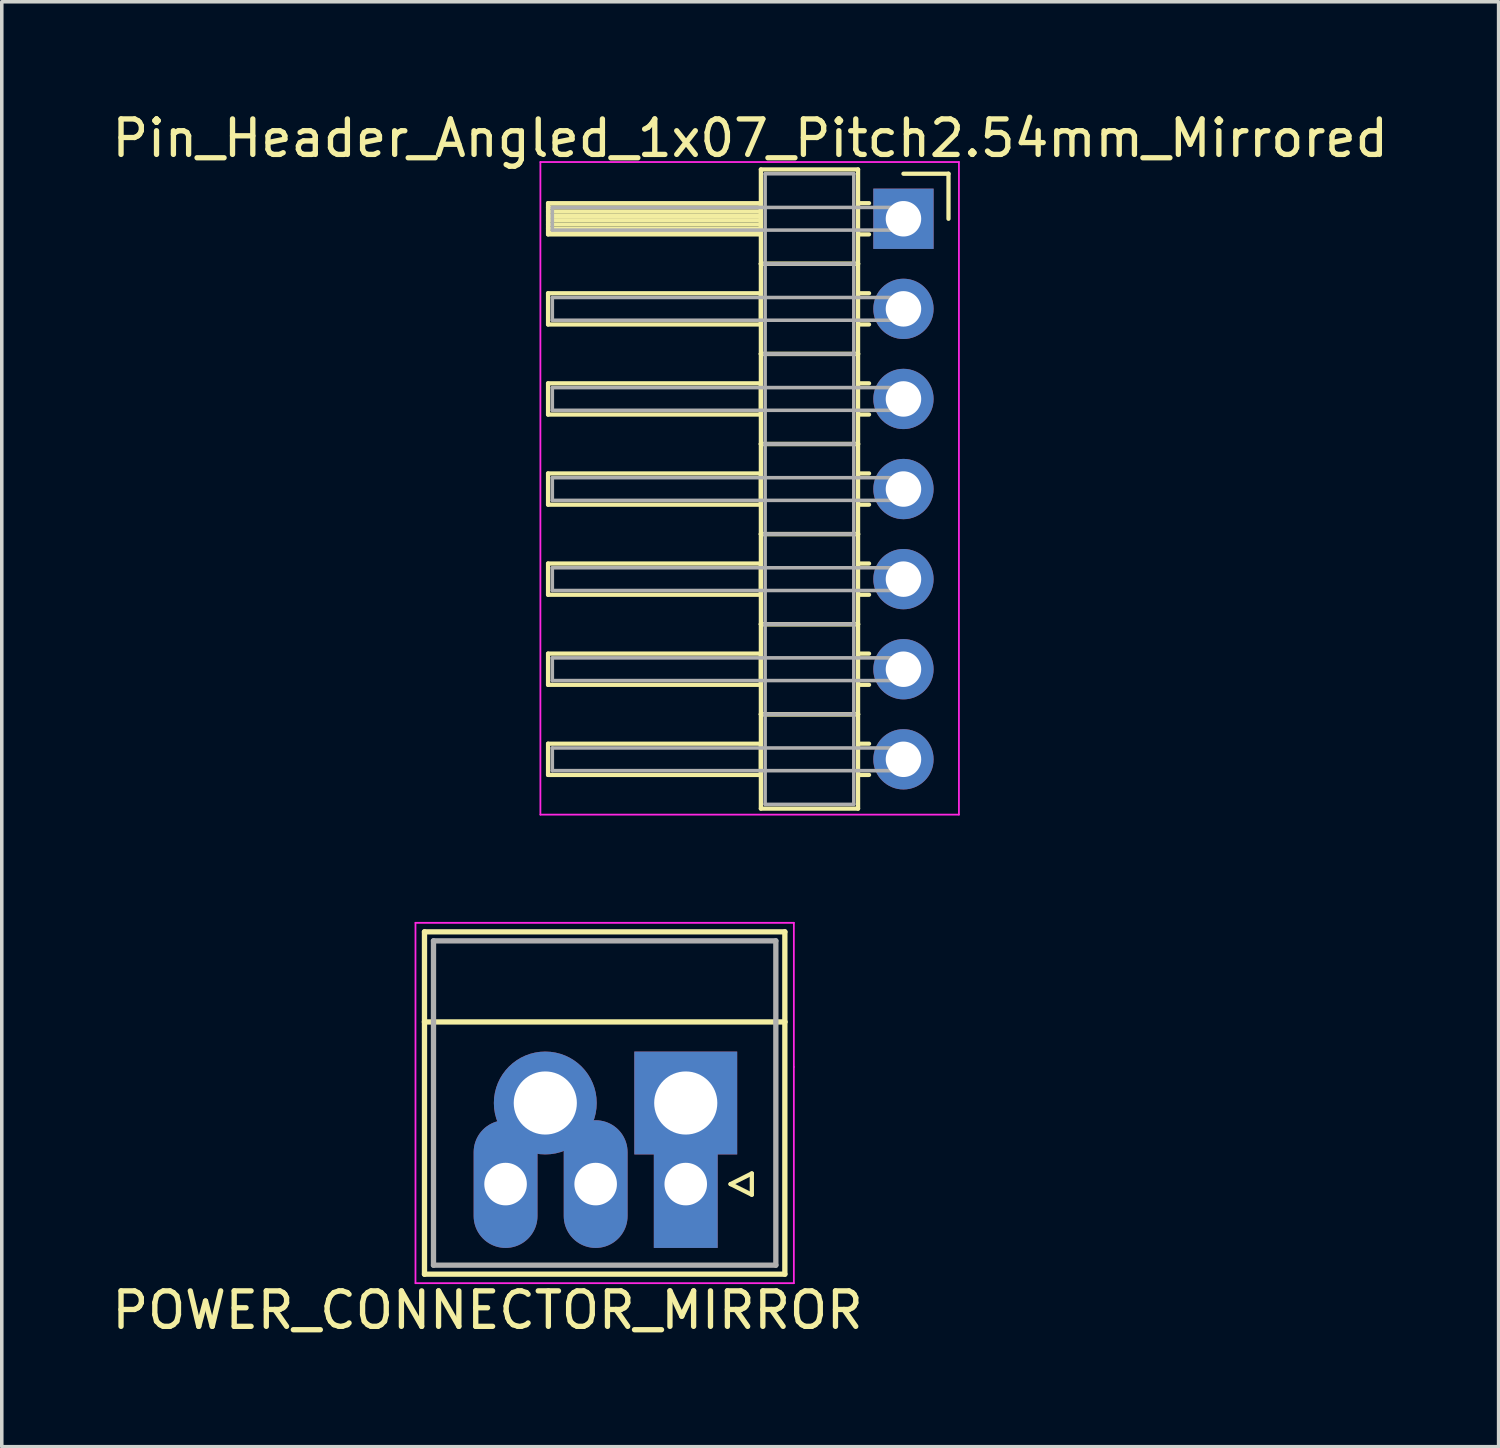
<source format=kicad_pcb>
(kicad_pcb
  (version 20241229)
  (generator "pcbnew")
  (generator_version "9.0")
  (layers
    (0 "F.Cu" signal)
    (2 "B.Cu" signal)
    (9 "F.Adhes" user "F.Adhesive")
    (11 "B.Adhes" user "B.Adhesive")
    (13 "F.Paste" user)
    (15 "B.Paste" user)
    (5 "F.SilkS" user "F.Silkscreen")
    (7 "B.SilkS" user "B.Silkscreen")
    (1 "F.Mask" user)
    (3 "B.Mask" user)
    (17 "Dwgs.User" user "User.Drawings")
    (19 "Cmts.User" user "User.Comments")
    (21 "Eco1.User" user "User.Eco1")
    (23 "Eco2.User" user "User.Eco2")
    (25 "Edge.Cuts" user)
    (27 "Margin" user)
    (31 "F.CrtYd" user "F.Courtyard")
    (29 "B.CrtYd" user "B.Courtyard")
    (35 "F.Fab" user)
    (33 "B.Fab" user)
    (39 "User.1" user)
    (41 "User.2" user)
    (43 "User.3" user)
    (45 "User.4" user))
  (footprint "Pin_Header_Angled_1x07_Pitch2.54mm_Mirrored"
    (layer "F.Cu")
    (at 13.786 3.118)
    (property "Reference" "Pin_Header_Angled_1x07_Pitch2.54mm_Mirrored" (at 4.315 -2.27 0) (layer "F.SilkS") (effects (font (size 1 1) (thickness 0.15))))
    (attr through_hole)
    (fp_line (start -1.384 -0.44) (end 4.616 -0.44) (stroke (width 0.12) (type solid)) (layer "F.SilkS"))
    (fp_line (start -1.384 0.44) (end -1.384 -0.44) (stroke (width 0.12) (type solid)) (layer "F.SilkS"))
    (fp_line (start -1.384 2.1) (end 4.616 2.1) (stroke (width 0.12) (type solid)) (layer "F.SilkS"))
    (fp_line (start -1.384 2.98) (end -1.384 2.1) (stroke (width 0.12) (type solid)) (layer "F.SilkS"))
    (fp_line (start -1.384 4.64) (end 4.616 4.64) (stroke (width 0.12) (type solid)) (layer "F.SilkS"))
    (fp_line (start -1.384 5.52) (end -1.384 4.64) (stroke (width 0.12) (type solid)) (layer "F.SilkS"))
    (fp_line (start -1.384 7.18) (end 4.616 7.18) (stroke (width 0.12) (type solid)) (layer "F.SilkS"))
    (fp_line (start -1.384 8.06) (end -1.384 7.18) (stroke (width 0.12) (type solid)) (layer "F.SilkS"))
    (fp_line (start -1.384 9.72) (end 4.616 9.72) (stroke (width 0.12) (type solid)) (layer "F.SilkS"))
    (fp_line (start -1.384 10.6) (end -1.384 9.72) (stroke (width 0.12) (type solid)) (layer "F.SilkS"))
    (fp_line (start -1.384 12.26) (end 4.616 12.26) (stroke (width 0.12) (type solid)) (layer "F.SilkS"))
    (fp_line (start -1.384 13.14) (end -1.384 12.26) (stroke (width 0.12) (type solid)) (layer "F.SilkS"))
    (fp_line (start -1.384 14.8) (end 4.616 14.8) (stroke (width 0.12) (type solid)) (layer "F.SilkS"))
    (fp_line (start -1.384 15.68) (end -1.384 14.8) (stroke (width 0.12) (type solid)) (layer "F.SilkS"))
    (fp_line (start 4.616 -1.39) (end 7.356 -1.39) (stroke (width 0.12) (type solid)) (layer "F.SilkS"))
    (fp_line (start 4.616 -0.44) (end 4.616 0.44) (stroke (width 0.12) (type solid)) (layer "F.SilkS"))
    (fp_line (start 4.616 -0.32) (end -1.384 -0.32) (stroke (width 0.12) (type solid)) (layer "F.SilkS"))
    (fp_line (start 4.616 -0.2) (end -1.384 -0.2) (stroke (width 0.12) (type solid)) (layer "F.SilkS"))
    (fp_line (start 4.616 -0.08) (end -1.384 -0.08) (stroke (width 0.12) (type solid)) (layer "F.SilkS"))
    (fp_line (start 4.616 0.04) (end -1.384 0.04) (stroke (width 0.12) (type solid)) (layer "F.SilkS"))
    (fp_line (start 4.616 0.16) (end -1.384 0.16) (stroke (width 0.12) (type solid)) (layer "F.SilkS"))
    (fp_line (start 4.616 0.28) (end -1.384 0.28) (stroke (width 0.12) (type solid)) (layer "F.SilkS"))
    (fp_line (start 4.616 0.4) (end -1.384 0.4) (stroke (width 0.12) (type solid)) (layer "F.SilkS"))
    (fp_line (start 4.616 0.44) (end -1.384 0.44) (stroke (width 0.12) (type solid)) (layer "F.SilkS"))
    (fp_line (start 4.616 1.27) (end 4.616 -1.39) (stroke (width 0.12) (type solid)) (layer "F.SilkS"))
    (fp_line (start 4.616 1.27) (end 7.356 1.27) (stroke (width 0.12) (type solid)) (layer "F.SilkS"))
    (fp_line (start 4.616 2.1) (end 4.616 2.98) (stroke (width 0.12) (type solid)) (layer "F.SilkS"))
    (fp_line (start 4.616 2.98) (end -1.384 2.98) (stroke (width 0.12) (type solid)) (layer "F.SilkS"))
    (fp_line (start 4.616 3.81) (end 4.616 1.27) (stroke (width 0.12) (type solid)) (layer "F.SilkS"))
    (fp_line (start 4.616 3.81) (end 7.356 3.81) (stroke (width 0.12) (type solid)) (layer "F.SilkS"))
    (fp_line (start 4.616 4.64) (end 4.616 5.52) (stroke (width 0.12) (type solid)) (layer "F.SilkS"))
    (fp_line (start 4.616 5.52) (end -1.384 5.52) (stroke (width 0.12) (type solid)) (layer "F.SilkS"))
    (fp_line (start 4.616 6.35) (end 4.616 3.81) (stroke (width 0.12) (type solid)) (layer "F.SilkS"))
    (fp_line (start 4.616 6.35) (end 7.356 6.35) (stroke (width 0.12) (type solid)) (layer "F.SilkS"))
    (fp_line (start 4.616 7.18) (end 4.616 8.06) (stroke (width 0.12) (type solid)) (layer "F.SilkS"))
    (fp_line (start 4.616 8.06) (end -1.384 8.06) (stroke (width 0.12) (type solid)) (layer "F.SilkS"))
    (fp_line (start 4.616 8.89) (end 4.616 6.35) (stroke (width 0.12) (type solid)) (layer "F.SilkS"))
    (fp_line (start 4.616 8.89) (end 7.356 8.89) (stroke (width 0.12) (type solid)) (layer "F.SilkS"))
    (fp_line (start 4.616 9.72) (end 4.616 10.6) (stroke (width 0.12) (type solid)) (layer "F.SilkS"))
    (fp_line (start 4.616 10.6) (end -1.384 10.6) (stroke (width 0.12) (type solid)) (layer "F.SilkS"))
    (fp_line (start 4.616 11.43) (end 4.616 8.89) (stroke (width 0.12) (type solid)) (layer "F.SilkS"))
    (fp_line (start 4.616 11.43) (end 7.356 11.43) (stroke (width 0.12) (type solid)) (layer "F.SilkS"))
    (fp_line (start 4.616 12.26) (end 4.616 13.14) (stroke (width 0.12) (type solid)) (layer "F.SilkS"))
    (fp_line (start 4.616 13.14) (end -1.384 13.14) (stroke (width 0.12) (type solid)) (layer "F.SilkS"))
    (fp_line (start 4.616 13.97) (end 4.616 11.43) (stroke (width 0.12) (type solid)) (layer "F.SilkS"))
    (fp_line (start 4.616 13.97) (end 7.356 13.97) (stroke (width 0.12) (type solid)) (layer "F.SilkS"))
    (fp_line (start 4.616 14.8) (end 4.616 15.68) (stroke (width 0.12) (type solid)) (layer "F.SilkS"))
    (fp_line (start 4.616 15.68) (end -1.384 15.68) (stroke (width 0.12) (type solid)) (layer "F.SilkS"))
    (fp_line (start 4.616 16.63) (end 4.616 13.97) (stroke (width 0.12) (type solid)) (layer "F.SilkS"))
    (fp_line (start 7.356 -1.39) (end 7.356 1.27) (stroke (width 0.12) (type solid)) (layer "F.SilkS"))
    (fp_line (start 7.356 1.27) (end 4.616 1.27) (stroke (width 0.12) (type solid)) (layer "F.SilkS"))
    (fp_line (start 7.356 1.27) (end 7.356 3.81) (stroke (width 0.12) (type solid)) (layer "F.SilkS"))
    (fp_line (start 7.356 3.81) (end 4.616 3.81) (stroke (width 0.12) (type solid)) (layer "F.SilkS"))
    (fp_line (start 7.356 3.81) (end 7.356 6.35) (stroke (width 0.12) (type solid)) (layer "F.SilkS"))
    (fp_line (start 7.356 6.35) (end 4.616 6.35) (stroke (width 0.12) (type solid)) (layer "F.SilkS"))
    (fp_line (start 7.356 6.35) (end 7.356 8.89) (stroke (width 0.12) (type solid)) (layer "F.SilkS"))
    (fp_line (start 7.356 8.89) (end 4.616 8.89) (stroke (width 0.12) (type solid)) (layer "F.SilkS"))
    (fp_line (start 7.356 8.89) (end 7.356 11.43) (stroke (width 0.12) (type solid)) (layer "F.SilkS"))
    (fp_line (start 7.356 11.43) (end 4.616 11.43) (stroke (width 0.12) (type solid)) (layer "F.SilkS"))
    (fp_line (start 7.356 11.43) (end 7.356 13.97) (stroke (width 0.12) (type solid)) (layer "F.SilkS"))
    (fp_line (start 7.356 13.97) (end 4.616 13.97) (stroke (width 0.12) (type solid)) (layer "F.SilkS"))
    (fp_line (start 7.356 13.97) (end 7.356 16.63) (stroke (width 0.12) (type solid)) (layer "F.SilkS"))
    (fp_line (start 7.356 16.63) (end 4.616 16.63) (stroke (width 0.12) (type solid)) (layer "F.SilkS"))
    (fp_line (start 7.666 -0.44) (end 7.356 -0.44) (stroke (width 0.12) (type solid)) (layer "F.SilkS"))
    (fp_line (start 7.666 0.44) (end 7.356 0.44) (stroke (width 0.12) (type solid)) (layer "F.SilkS"))
    (fp_line (start 7.666 2.1) (end 7.356 2.1) (stroke (width 0.12) (type solid)) (layer "F.SilkS"))
    (fp_line (start 7.666 2.98) (end 7.356 2.98) (stroke (width 0.12) (type solid)) (layer "F.SilkS"))
    (fp_line (start 7.666 4.64) (end 7.356 4.64) (stroke (width 0.12) (type solid)) (layer "F.SilkS"))
    (fp_line (start 7.666 5.52) (end 7.356 5.52) (stroke (width 0.12) (type solid)) (layer "F.SilkS"))
    (fp_line (start 7.666 7.18) (end 7.356 7.18) (stroke (width 0.12) (type solid)) (layer "F.SilkS"))
    (fp_line (start 7.666 8.06) (end 7.356 8.06) (stroke (width 0.12) (type solid)) (layer "F.SilkS"))
    (fp_line (start 7.666 9.72) (end 7.356 9.72) (stroke (width 0.12) (type solid)) (layer "F.SilkS"))
    (fp_line (start 7.666 10.6) (end 7.356 10.6) (stroke (width 0.12) (type solid)) (layer "F.SilkS"))
    (fp_line (start 7.666 12.26) (end 7.356 12.26) (stroke (width 0.12) (type solid)) (layer "F.SilkS"))
    (fp_line (start 7.666 13.14) (end 7.356 13.14) (stroke (width 0.12) (type solid)) (layer "F.SilkS"))
    (fp_line (start 7.666 14.8) (end 7.356 14.8) (stroke (width 0.12) (type solid)) (layer "F.SilkS"))
    (fp_line (start 7.666 15.68) (end 7.356 15.68) (stroke (width 0.12) (type solid)) (layer "F.SilkS"))
    (fp_line (start 9.906 -1.27) (end 8.636 -1.27) (stroke (width 0.12) (type solid)) (layer "F.SilkS"))
    (fp_line (start 9.906 0) (end 9.906 -1.27) (stroke (width 0.12) (type solid)) (layer "F.SilkS"))
    (fp_line (start -1.6 -1.6) (end -1.6 16.8) (stroke (width 0.05) (type solid)) (layer "F.CrtYd"))
    (fp_line (start -1.6 16.8) (end 10.2 16.8) (stroke (width 0.05) (type solid)) (layer "F.CrtYd"))
    (fp_line (start 10.2 -1.6) (end -1.6 -1.6) (stroke (width 0.05) (type solid)) (layer "F.CrtYd"))
    (fp_line (start 10.2 16.8) (end 10.2 -1.6) (stroke (width 0.05) (type solid)) (layer "F.CrtYd"))
    (fp_line (start -1.264 -0.32) (end 8.636 -0.32) (stroke (width 0.1) (type solid)) (layer "F.Fab"))
    (fp_line (start -1.264 0.32) (end -1.264 -0.32) (stroke (width 0.1) (type solid)) (layer "F.Fab"))
    (fp_line (start -1.264 2.22) (end 8.636 2.22) (stroke (width 0.1) (type solid)) (layer "F.Fab"))
    (fp_line (start -1.264 2.86) (end -1.264 2.22) (stroke (width 0.1) (type solid)) (layer "F.Fab"))
    (fp_line (start -1.264 4.76) (end 8.636 4.76) (stroke (width 0.1) (type solid)) (layer "F.Fab"))
    (fp_line (start -1.264 5.4) (end -1.264 4.76) (stroke (width 0.1) (type solid)) (layer "F.Fab"))
    (fp_line (start -1.264 7.3) (end 8.636 7.3) (stroke (width 0.1) (type solid)) (layer "F.Fab"))
    (fp_line (start -1.264 7.94) (end -1.264 7.3) (stroke (width 0.1) (type solid)) (layer "F.Fab"))
    (fp_line (start -1.264 9.84) (end 8.636 9.84) (stroke (width 0.1) (type solid)) (layer "F.Fab"))
    (fp_line (start -1.264 10.48) (end -1.264 9.84) (stroke (width 0.1) (type solid)) (layer "F.Fab"))
    (fp_line (start -1.264 12.38) (end 8.636 12.38) (stroke (width 0.1) (type solid)) (layer "F.Fab"))
    (fp_line (start -1.264 13.02) (end -1.264 12.38) (stroke (width 0.1) (type solid)) (layer "F.Fab"))
    (fp_line (start -1.264 14.92) (end 8.636 14.92) (stroke (width 0.1) (type solid)) (layer "F.Fab"))
    (fp_line (start -1.264 15.56) (end -1.264 14.92) (stroke (width 0.1) (type solid)) (layer "F.Fab"))
    (fp_line (start 4.736 -1.27) (end 7.236 -1.27) (stroke (width 0.1) (type solid)) (layer "F.Fab"))
    (fp_line (start 4.736 1.27) (end 4.736 -1.27) (stroke (width 0.1) (type solid)) (layer "F.Fab"))
    (fp_line (start 4.736 1.27) (end 7.236 1.27) (stroke (width 0.1) (type solid)) (layer "F.Fab"))
    (fp_line (start 4.736 3.81) (end 4.736 1.27) (stroke (width 0.1) (type solid)) (layer "F.Fab"))
    (fp_line (start 4.736 3.81) (end 7.236 3.81) (stroke (width 0.1) (type solid)) (layer "F.Fab"))
    (fp_line (start 4.736 6.35) (end 4.736 3.81) (stroke (width 0.1) (type solid)) (layer "F.Fab"))
    (fp_line (start 4.736 6.35) (end 7.236 6.35) (stroke (width 0.1) (type solid)) (layer "F.Fab"))
    (fp_line (start 4.736 8.89) (end 4.736 6.35) (stroke (width 0.1) (type solid)) (layer "F.Fab"))
    (fp_line (start 4.736 8.89) (end 7.236 8.89) (stroke (width 0.1) (type solid)) (layer "F.Fab"))
    (fp_line (start 4.736 11.43) (end 4.736 8.89) (stroke (width 0.1) (type solid)) (layer "F.Fab"))
    (fp_line (start 4.736 11.43) (end 7.236 11.43) (stroke (width 0.1) (type solid)) (layer "F.Fab"))
    (fp_line (start 4.736 13.97) (end 4.736 11.43) (stroke (width 0.1) (type solid)) (layer "F.Fab"))
    (fp_line (start 4.736 13.97) (end 7.236 13.97) (stroke (width 0.1) (type solid)) (layer "F.Fab"))
    (fp_line (start 4.736 16.51) (end 4.736 13.97) (stroke (width 0.1) (type solid)) (layer "F.Fab"))
    (fp_line (start 7.236 -1.27) (end 7.236 1.27) (stroke (width 0.1) (type solid)) (layer "F.Fab"))
    (fp_line (start 7.236 1.27) (end 4.736 1.27) (stroke (width 0.1) (type solid)) (layer "F.Fab"))
    (fp_line (start 7.236 1.27) (end 7.236 3.81) (stroke (width 0.1) (type solid)) (layer "F.Fab"))
    (fp_line (start 7.236 3.81) (end 4.736 3.81) (stroke (width 0.1) (type solid)) (layer "F.Fab"))
    (fp_line (start 7.236 3.81) (end 7.236 6.35) (stroke (width 0.1) (type solid)) (layer "F.Fab"))
    (fp_line (start 7.236 6.35) (end 4.736 6.35) (stroke (width 0.1) (type solid)) (layer "F.Fab"))
    (fp_line (start 7.236 6.35) (end 7.236 8.89) (stroke (width 0.1) (type solid)) (layer "F.Fab"))
    (fp_line (start 7.236 8.89) (end 4.736 8.89) (stroke (width 0.1) (type solid)) (layer "F.Fab"))
    (fp_line (start 7.236 8.89) (end 7.236 11.43) (stroke (width 0.1) (type solid)) (layer "F.Fab"))
    (fp_line (start 7.236 11.43) (end 4.736 11.43) (stroke (width 0.1) (type solid)) (layer "F.Fab"))
    (fp_line (start 7.236 11.43) (end 7.236 13.97) (stroke (width 0.1) (type solid)) (layer "F.Fab"))
    (fp_line (start 7.236 13.97) (end 4.736 13.97) (stroke (width 0.1) (type solid)) (layer "F.Fab"))
    (fp_line (start 7.236 13.97) (end 7.236 16.51) (stroke (width 0.1) (type solid)) (layer "F.Fab"))
    (fp_line (start 7.236 16.51) (end 4.736 16.51) (stroke (width 0.1) (type solid)) (layer "F.Fab"))
    (fp_line (start 8.636 -0.32) (end 8.636 0.32) (stroke (width 0.1) (type solid)) (layer "F.Fab"))
    (fp_line (start 8.636 0.32) (end -1.264 0.32) (stroke (width 0.1) (type solid)) (layer "F.Fab"))
    (fp_line (start 8.636 2.22) (end 8.636 2.86) (stroke (width 0.1) (type solid)) (layer "F.Fab"))
    (fp_line (start 8.636 2.86) (end -1.264 2.86) (stroke (width 0.1) (type solid)) (layer "F.Fab"))
    (fp_line (start 8.636 4.76) (end 8.636 5.4) (stroke (width 0.1) (type solid)) (layer "F.Fab"))
    (fp_line (start 8.636 5.4) (end -1.264 5.4) (stroke (width 0.1) (type solid)) (layer "F.Fab"))
    (fp_line (start 8.636 7.3) (end 8.636 7.94) (stroke (width 0.1) (type solid)) (layer "F.Fab"))
    (fp_line (start 8.636 7.94) (end -1.264 7.94) (stroke (width 0.1) (type solid)) (layer "F.Fab"))
    (fp_line (start 8.636 9.84) (end 8.636 10.48) (stroke (width 0.1) (type solid)) (layer "F.Fab"))
    (fp_line (start 8.636 10.48) (end -1.264 10.48) (stroke (width 0.1) (type solid)) (layer "F.Fab"))
    (fp_line (start 8.636 12.38) (end 8.636 13.02) (stroke (width 0.1) (type solid)) (layer "F.Fab"))
    (fp_line (start 8.636 13.02) (end -1.264 13.02) (stroke (width 0.1) (type solid)) (layer "F.Fab"))
    (fp_line (start 8.636 14.92) (end 8.636 15.56) (stroke (width 0.1) (type solid)) (layer "F.Fab"))
    (fp_line (start 8.636 15.56) (end -1.264 15.56) (stroke (width 0.1) (type solid)) (layer "F.Fab"))
    (pad "1" thru_hole rect (at 8.636 0) (size 1.7 1.7) (drill 1) (layers "*.Cu" "*.Mask"))
    (pad "2" thru_hole oval (at 8.636 2.54) (size 1.7 1.7) (drill 1) (layers "*.Cu" "*.Mask"))
    (pad "3" thru_hole oval (at 8.636 5.08) (size 1.7 1.7) (drill 1) (layers "*.Cu" "*.Mask"))
    (pad "4" thru_hole oval (at 8.636 7.62) (size 1.7 1.7) (drill 1) (layers "*.Cu" "*.Mask"))
    (pad "5" thru_hole oval (at 8.636 10.16) (size 1.7 1.7) (drill 1) (layers "*.Cu" "*.Mask"))
    (pad "6" thru_hole oval (at 8.636 12.7) (size 1.7 1.7) (drill 1) (layers "*.Cu" "*.Mask"))
    (pad "7" thru_hole oval (at 8.636 15.24) (size 1.7 1.7) (drill 1) (layers "*.Cu" "*.Mask")))
  (footprint "POWER_CONNECTOR_MIRROR"
    (layer "F.Cu")
    (at 16.284 28.048)
    (property "Reference" "POWER_CONNECTOR_MIRROR" (at -5.588 5.842 0) (layer "F.SilkS") (effects (font (size 1 1) (thickness 0.15))))
    (attr through_hole)
    (fp_line (start -7.366 -4.826) (end -7.366 -2.286) (stroke (width 0.15) (type solid)) (layer "F.SilkS"))
    (fp_line (start -7.366 -2.286) (end -7.366 4.826) (stroke (width 0.15) (type solid)) (layer "F.SilkS"))
    (fp_line (start -7.366 4.826) (end 2.794 4.826) (stroke (width 0.15) (type solid)) (layer "F.SilkS"))
    (fp_line (start 1.263 2.286) (end 1.863 1.986) (stroke (width 0.12) (type solid)) (layer "F.SilkS"))
    (fp_line (start 1.863 1.986) (end 1.863 2.586) (stroke (width 0.12) (type solid)) (layer "F.SilkS"))
    (fp_line (start 1.863 2.586) (end 1.263 2.286) (stroke (width 0.12) (type solid)) (layer "F.SilkS"))
    (fp_line (start 2.794 -4.826) (end -7.366 -4.826) (stroke (width 0.15) (type solid)) (layer "F.SilkS"))
    (fp_line (start 2.794 -2.286) (end -7.366 -2.286) (stroke (width 0.15) (type solid)) (layer "F.SilkS"))
    (fp_line (start 2.794 -2.286) (end 2.794 -4.826) (stroke (width 0.15) (type solid)) (layer "F.SilkS"))
    (fp_line (start 2.794 4.826) (end 2.794 -2.286) (stroke (width 0.15) (type solid)) (layer "F.SilkS"))
    (fp_line (start -7.62 -5.08) (end 3.048 -5.08) (stroke (width 0.05) (type solid)) (layer "F.CrtYd"))
    (fp_line (start -7.62 5.08) (end -7.62 -5.08) (stroke (width 0.05) (type solid)) (layer "F.CrtYd"))
    (fp_line (start 3.048 -5.08) (end 3.048 -1.016) (stroke (width 0.05) (type solid)) (layer "F.CrtYd"))
    (fp_line (start 3.048 -1.016) (end 3.048 5.08) (stroke (width 0.05) (type solid)) (layer "F.CrtYd"))
    (fp_line (start 3.048 5.08) (end -7.62 5.08) (stroke (width 0.05) (type solid)) (layer "F.CrtYd"))
    (fp_line (start -7.112 -4.572) (end -7.112 4.572) (stroke (width 0.15) (type solid)) (layer "F.Fab"))
    (fp_line (start -7.112 4.572) (end 2.54 4.572) (stroke (width 0.15) (type solid)) (layer "F.Fab"))
    (fp_line (start 2.54 -4.572) (end -7.112 -4.572) (stroke (width 0.15) (type solid)) (layer "F.Fab"))
    (fp_line (start 2.54 4.572) (end 2.54 -4.572) (stroke (width 0.15) (type solid)) (layer "F.Fab"))
    (pad "1" thru_hole rect (at 0 0 180) (size 2.9 2.9) (drill 1.78) (layers "*.Cu" "*.Mask"))
    (pad "1" thru_hole rect (at 0 2.286 180) (size 1.8 3.6) (drill 1.2) (layers "*.Cu" "*.Mask"))
    (pad "2" thru_hole oval (at -5.08 2.286 180) (size 1.8 3.6) (drill 1.2) (layers "*.Cu" "*.Mask"))
    (pad "2" thru_hole circle (at -3.96 0 180) (size 2.9 2.9) (drill 1.78) (layers "*.Cu" "*.Mask"))
    (pad "2" thru_hole oval (at -2.54 2.286 270) (size 3.6 1.8) (drill 1.2) (layers "*.Cu" "*.Mask")))
  (gr_rect
    (start -3 -3)
    (end 39.202 37.739)
    (stroke (width 0.1) (type default))
    (fill no)
    (layer "Edge.Cuts")))
</source>
